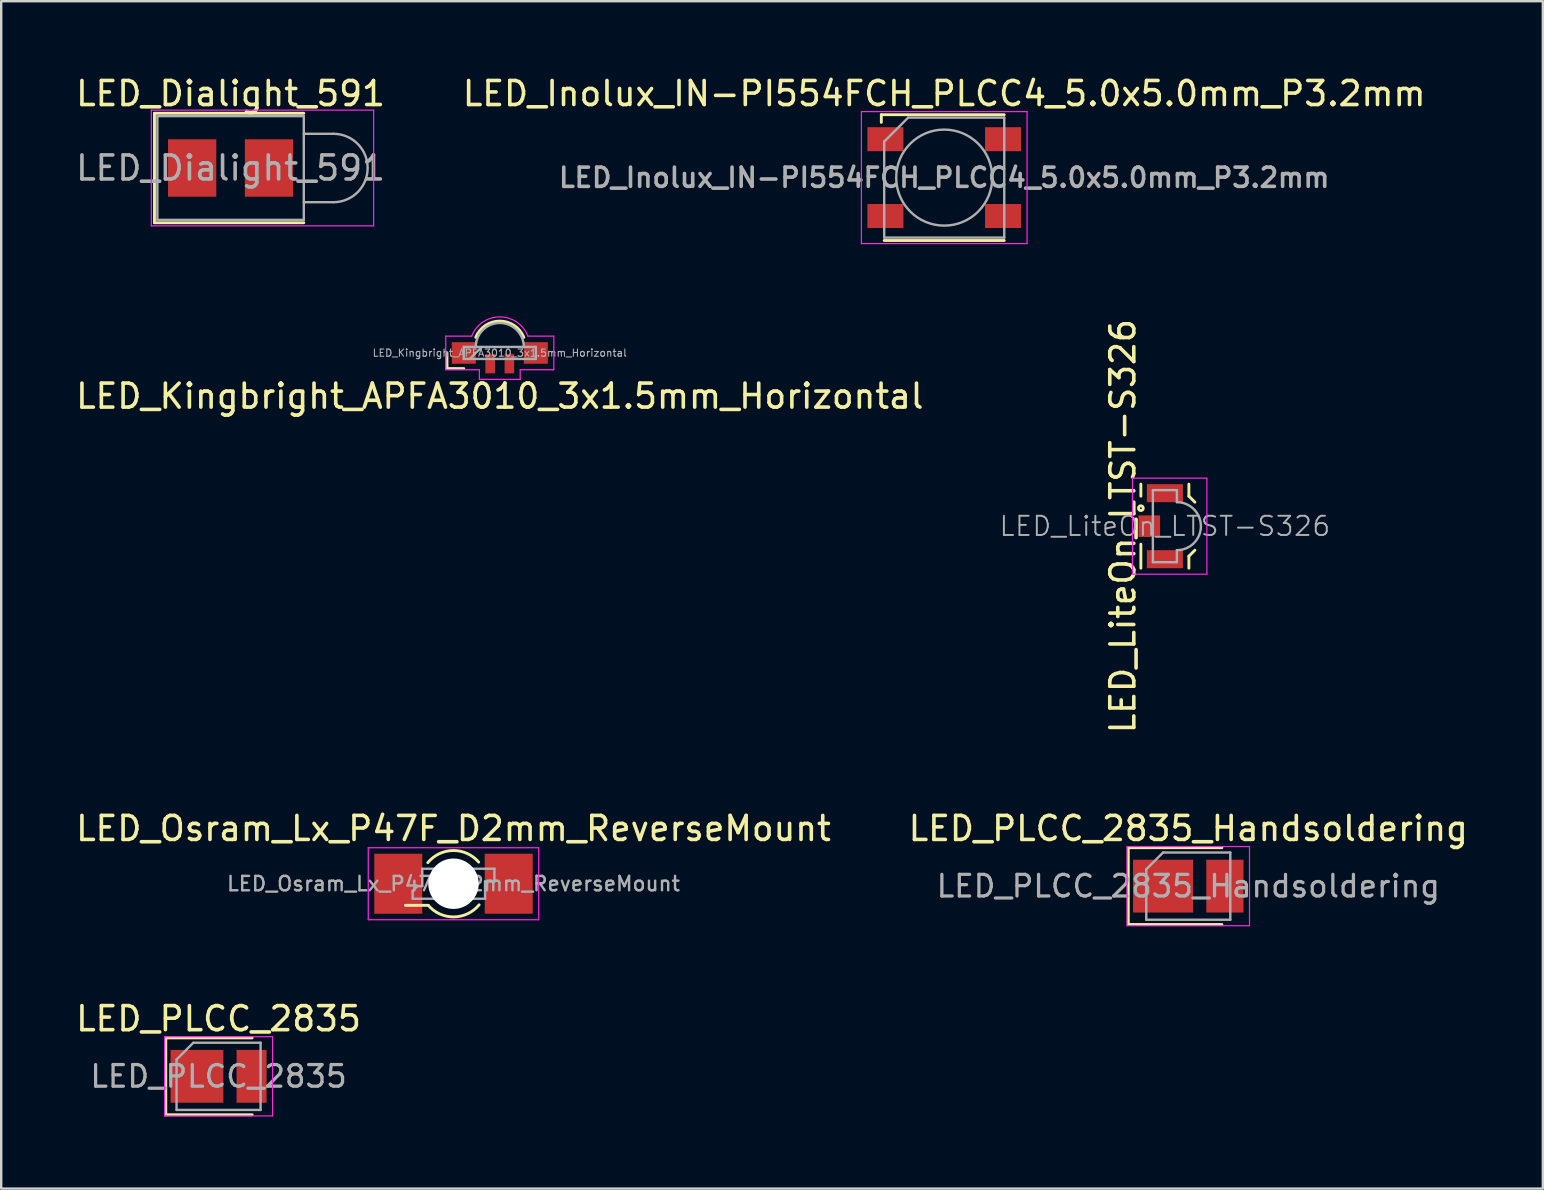
<source format=kicad_pcb>
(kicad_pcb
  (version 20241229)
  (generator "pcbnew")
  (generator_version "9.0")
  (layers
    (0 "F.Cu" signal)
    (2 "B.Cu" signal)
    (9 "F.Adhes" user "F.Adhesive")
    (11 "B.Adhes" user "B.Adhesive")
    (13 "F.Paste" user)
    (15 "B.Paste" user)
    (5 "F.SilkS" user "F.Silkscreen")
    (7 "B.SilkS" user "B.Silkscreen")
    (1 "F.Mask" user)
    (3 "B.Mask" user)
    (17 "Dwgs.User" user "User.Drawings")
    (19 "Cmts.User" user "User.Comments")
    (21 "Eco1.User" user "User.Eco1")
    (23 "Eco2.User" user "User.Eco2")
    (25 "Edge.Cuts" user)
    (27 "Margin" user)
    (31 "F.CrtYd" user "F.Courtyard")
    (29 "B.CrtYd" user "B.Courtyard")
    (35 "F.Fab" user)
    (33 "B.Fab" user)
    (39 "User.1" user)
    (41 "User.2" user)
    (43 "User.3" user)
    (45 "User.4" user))
  (footprint "LED_Kingbright_APFA3010_3x1.5mm_Horizontal"
    (layer "F.Cu")
    (at 17.768 11.652)
    (property "Reference" "LED_Kingbright_APFA3010_3x1.5mm_Horizontal" (at 0 1.8 0) (layer "F.SilkS") (effects (font (size 1 1) (thickness 0.15))))
    (attr smd)
    (fp_line (start -2.2 0) (end -2.2 0.65) (stroke (width 0.12) (type solid)) (layer "F.SilkS"))
    (fp_line (start -2.2 0.65) (end -1.5 0.65) (stroke (width 0.12) (type solid)) (layer "F.SilkS"))
    (fp_arc (start -1 -0.65) (mid 0 -1.327033) (end 1 -0.65) (stroke (width 0.12) (type solid)) (layer "F.SilkS"))
    (fp_line (start -2.25 -0.7) (end -1.17 -0.7) (stroke (width 0.05) (type solid)) (layer "F.CrtYd"))
    (fp_line (start -2.25 0.7) (end -2.25 -0.7) (stroke (width 0.05) (type solid)) (layer "F.CrtYd"))
    (fp_line (start -2.25 0.7) (end -0.85 0.7) (stroke (width 0.05) (type solid)) (layer "F.CrtYd"))
    (fp_line (start -0.85 0.7) (end -0.85 1.1) (stroke (width 0.05) (type solid)) (layer "F.CrtYd"))
    (fp_line (start -0.85 1.1) (end 0.85 1.1) (stroke (width 0.05) (type solid)) (layer "F.CrtYd"))
    (fp_line (start 0.85 0.7) (end 2.25 0.7) (stroke (width 0.05) (type solid)) (layer "F.CrtYd"))
    (fp_line (start 0.85 1.1) (end 0.85 0.7) (stroke (width 0.05) (type solid)) (layer "F.CrtYd"))
    (fp_line (start 2.25 -0.7) (end 1.17 -0.7) (stroke (width 0.05) (type solid)) (layer "F.CrtYd"))
    (fp_line (start 2.25 0.7) (end 2.25 -0.7) (stroke (width 0.05) (type solid)) (layer "F.CrtYd"))
    (fp_arc (start -1.17 -0.7) (mid 0 -1.503555) (end 1.17 -0.7) (stroke (width 0.05) (type solid)) (layer "F.CrtYd"))
    (fp_line (start -1.5 -0.25) (end -1.5 0.25) (stroke (width 0.1) (type solid)) (layer "F.Fab"))
    (fp_line (start -1.5 0.25) (end 1.5 0.25) (stroke (width 0.1) (type solid)) (layer "F.Fab"))
    (fp_line (start -0.75 -0.25) (end -1.25 0.25) (stroke (width 0.1) (type solid)) (layer "F.Fab"))
    (fp_line (start 1.5 -0.25) (end -1.5 -0.25) (stroke (width 0.1) (type solid)) (layer "F.Fab"))
    (fp_line (start 1.5 0.25) (end 1.5 -0.25) (stroke (width 0.1) (type solid)) (layer "F.Fab"))
    (fp_arc (start -1 -0.25) (mid 0 -1.25) (end 1 -0.25) (stroke (width 0.1) (type solid)) (layer "F.Fab"))
    (fp_text user "${REFERENCE}" (at 0 0 0) (layer "F.Fab") (effects (font (size 0.3 0.3) (thickness 0.045))))
    (pad "1" smd rect (at -1.5 0) (size 1 0.9) (layers "F.Cu" "F.Mask" "F.Paste"))
    (pad "2" smd rect (at 1.5 0) (size 1 0.9) (layers "F.Cu" "F.Mask" "F.Paste"))
    (pad "3" smd rect (at 0.4 0.45) (size 0.4 0.8) (layers "F.Cu" "F.Mask" "F.Paste"))
    (pad "4" smd rect (at -0.4 0.45) (size 0.4 0.8) (layers "F.Cu" "F.Mask" "F.Paste")))
  (footprint "LED_PLCC_2835"
    (layer "F.Cu")
    (at 6.054 41.783)
    (property "Reference" "LED_PLCC_2835" (at 0 -2.4 0) (layer "F.SilkS") (effects (font (size 1 1) (thickness 0.15))))
    (attr smd)
    (fp_line (start -2.2 -1.6) (end -2.2 1.6) (stroke (width 0.12) (type solid)) (layer "F.SilkS"))
    (fp_line (start 1.4 -1.6) (end -2.2 -1.6) (stroke (width 0.12) (type solid)) (layer "F.SilkS"))
    (fp_line (start 1.4 1.6) (end -2.2 1.6) (stroke (width 0.12) (type solid)) (layer "F.SilkS"))
    (fp_line (start -2.25 -1.65) (end 2.25 -1.65) (stroke (width 0.05) (type solid)) (layer "F.CrtYd"))
    (fp_line (start -2.25 1.65) (end -2.25 -1.65) (stroke (width 0.05) (type solid)) (layer "F.CrtYd"))
    (fp_line (start 2.25 -1.65) (end 2.25 1.65) (stroke (width 0.05) (type solid)) (layer "F.CrtYd"))
    (fp_line (start 2.25 1.65) (end -2.25 1.65) (stroke (width 0.05) (type solid)) (layer "F.CrtYd"))
    (fp_line (start -1.75 1.4) (end -1.75 -0.7) (stroke (width 0.1) (type solid)) (layer "F.Fab"))
    (fp_line (start -1.05 -1.4) (end -1.75 -0.7) (stroke (width 0.1) (type solid)) (layer "F.Fab"))
    (fp_line (start -1.05 -1.4) (end 1.75 -1.4) (stroke (width 0.1) (type solid)) (layer "F.Fab"))
    (fp_line (start 1.75 -1.4) (end 1.75 1.4) (stroke (width 0.1) (type solid)) (layer "F.Fab"))
    (fp_line (start 1.75 1.4) (end -1.75 1.4) (stroke (width 0.1) (type solid)) (layer "F.Fab"))
    (fp_text user "${REFERENCE}" (at 0 0 0) (layer "F.Fab") (effects (font (size 0.9 0.9) (thickness 0.135))))
    (pad "1" smd rect (at -0.9 0) (size 2.2 2.2) (layers "F.Cu" "F.Mask" "F.Paste"))
    (pad "2" smd rect (at 1.375 0) (size 1.25 2.2) (layers "F.Cu" "F.Mask" "F.Paste")))
  (footprint "LED_Osram_Lx_P47F_D2mm_ReverseMount"
    (layer "F.Cu")
    (at 15.839 33.76)
    (property "Reference" "LED_Osram_Lx_P47F_D2mm_ReverseMount" (at 0 -2.3 0) (layer "F.SilkS") (effects (font (size 1 1) (thickness 0.15))))
    (attr smd)
    (fp_line (start -2 0.9) (end -1.05 0.9) (stroke (width 0.12) (type solid)) (layer "F.SilkS"))
    (fp_arc (start -1.068658 -0.877765) (mid -0.014513 -1.382856) (end 1.05 -0.9) (stroke (width 0.12) (type solid)) (layer "F.SilkS"))
    (fp_arc (start 1.068658 0.877765) (mid 0.014513 1.382856) (end -1.05 0.9) (stroke (width 0.12) (type solid)) (layer "F.SilkS"))
    (fp_line (start -3.55 -1.5) (end 3.55 -1.5) (stroke (width 0.05) (type solid)) (layer "F.CrtYd"))
    (fp_line (start -3.55 1.5) (end -3.55 -1.5) (stroke (width 0.05) (type solid)) (layer "F.CrtYd"))
    (fp_line (start 3.55 -1.5) (end 3.55 1.5) (stroke (width 0.05) (type solid)) (layer "F.CrtYd"))
    (fp_line (start 3.55 1.5) (end -3.55 1.5) (stroke (width 0.05) (type solid)) (layer "F.CrtYd"))
    (fp_line (start -1.7 0.3) (end -1.7 0.625) (stroke (width 0.1) (type solid)) (layer "F.Fab"))
    (fp_line (start -1.7 0.3) (end -1.5 0.1) (stroke (width 0.1) (type solid)) (layer "F.Fab"))
    (fp_line (start -1.5 0.1) (end -1.3 0.1) (stroke (width 0.1) (type solid)) (layer "F.Fab"))
    (fp_line (start -1.3 -0.625) (end -0.715 -0.625) (stroke (width 0.1) (type solid)) (layer "F.Fab"))
    (fp_line (start -1.3 0.1) (end -1.3 -0.625) (stroke (width 0.1) (type solid)) (layer "F.Fab"))
    (fp_line (start -0.715 0.625) (end -1.7 0.625) (stroke (width 0.1) (type solid)) (layer "F.Fab"))
    (fp_line (start 0.715 -0.625) (end 1.705 -0.625) (stroke (width 0.1) (type solid)) (layer "F.Fab"))
    (fp_line (start 0.715 0.625) (end 1.315 0.625) (stroke (width 0.1) (type solid)) (layer "F.Fab"))
    (fp_line (start 1.315 -0.095) (end 1.315 0.625) (stroke (width 0.1) (type solid)) (layer "F.Fab"))
    (fp_line (start 1.705 -0.625) (end 1.705 -0.095) (stroke (width 0.1) (type solid)) (layer "F.Fab"))
    (fp_line (start 1.705 -0.095) (end 1.315 -0.095) (stroke (width 0.1) (type solid)) (layer "F.Fab"))
    (fp_arc (start -0.714073 -0.626059) (mid 0.000704 -0.949658) (end 0.715 -0.625) (stroke (width 0.1) (type solid)) (layer "F.Fab"))
    (fp_arc (start 0.714073 0.626059) (mid -0.000704 0.949658) (end -0.715 0.625) (stroke (width 0.1) (type solid)) (layer "F.Fab"))
    (fp_text user "${REFERENCE}" (at 0 0 0) (layer "F.Fab") (effects (font (size 0.6 0.6) (thickness 0.1))))
    (pad "" smd rect (at -1.55 0.375) (size 0.5 0.7) (layers "F.Mask" "F.Paste"))
    (pad "" np_thru_hole circle (at 0 0) (size 2.1 2.1) (drill 2.1) (layers "*.Cu" "*.Mask"))
    (pad "" smd rect (at 1.55 -0.375) (size 0.5 0.7) (layers "F.Mask" "F.Paste"))
    (pad "1" smd rect (at -2.3 0) (size 2 2.5) (layers "F.Cu"))
    (pad "2" smd rect (at 2.3 0) (size 2 2.5) (layers "F.Cu")))
  (footprint "LED_Inolux_IN-PI554FCH_PLCC4_5.0x5.0mm_P3.2mm"
    (layer "F.Cu")
    (at 36.28 4.348)
    (property "Reference" "LED_Inolux_IN-PI554FCH_PLCC4_5.0x5.0mm_P3.2mm" (at 0 -3.5 0) (layer "F.SilkS") (effects (font (size 1 1) (thickness 0.15))))
    (attr smd)
    (fp_line (start -2.62 -2.62) (end 2.5 -2.62) (stroke (width 0.12) (type solid)) (layer "F.SilkS"))
    (fp_line (start -2.62 -2.3) (end -2.62 -2.62) (stroke (width 0.12) (type solid)) (layer "F.SilkS"))
    (fp_line (start -2.5 2.62) (end 2.5 2.62) (stroke (width 0.12) (type solid)) (layer "F.SilkS"))
    (fp_line (start -3.45 -2.75) (end -3.45 2.75) (stroke (width 0.05) (type solid)) (layer "F.CrtYd"))
    (fp_line (start -3.45 2.75) (end 3.45 2.75) (stroke (width 0.05) (type solid)) (layer "F.CrtYd"))
    (fp_line (start 3.45 -2.75) (end -3.45 -2.75) (stroke (width 0.05) (type solid)) (layer "F.CrtYd"))
    (fp_line (start 3.45 2.75) (end 3.45 -2.75) (stroke (width 0.05) (type solid)) (layer "F.CrtYd"))
    (fp_line (start -2.5 -1.5) (end -2.5 2.5) (stroke (width 0.1) (type solid)) (layer "F.Fab"))
    (fp_line (start -2.5 2.5) (end 2.5 2.5) (stroke (width 0.1) (type solid)) (layer "F.Fab"))
    (fp_line (start -1.5 -2.5) (end -2.5 -1.5) (stroke (width 0.1) (type solid)) (layer "F.Fab"))
    (fp_line (start 2.5 -2.5) (end -1.5 -2.5) (stroke (width 0.1) (type solid)) (layer "F.Fab"))
    (fp_line (start 2.5 2.5) (end 2.5 -2.5) (stroke (width 0.1) (type solid)) (layer "F.Fab"))
    (fp_circle (center 0 0) (end 0 -2) (stroke (width 0.1) (type solid)) (fill no) (layer "F.Fab"))
    (fp_text user "${REFERENCE}" (at 0 0 0) (layer "F.Fab") (effects (font (size 0.8 0.8) (thickness 0.15))))
    (pad "1" smd rect (at -2.45 -1.6) (size 1.5 1) (layers "F.Cu" "F.Mask" "F.Paste"))
    (pad "2" smd rect (at -2.45 1.6) (size 1.5 1) (layers "F.Cu" "F.Mask" "F.Paste"))
    (pad "3" smd rect (at 2.45 1.6) (size 1.5 1) (layers "F.Cu" "F.Mask" "F.Paste"))
    (pad "4" smd rect (at 2.45 -1.6) (size 1.5 1) (layers "F.Cu" "F.Mask" "F.Paste")))
  (footprint "LED_LiteOn_LTST-S326"
    (layer "F.Cu")
    (at 45.471 18.867)
    (property "Reference" "LED_LiteOn_LTST-S326" (at -1.75 0 90) (layer "F.SilkS") (effects (font (size 1 1) (thickness 0.15))))
    (attr smd)
    (fp_line (start -1 -1.75) (end -1 -1.25) (stroke (width 0.12) (type solid)) (layer "F.SilkS"))
    (fp_line (start -1 1.75) (end -1 0.75) (stroke (width 0.12) (type solid)) (layer "F.SilkS"))
    (fp_line (start 1 -1.75) (end 1 -1.25) (stroke (width 0.12) (type solid)) (layer "F.SilkS"))
    (fp_line (start 1 -1.25) (end 1.25 -1) (stroke (width 0.12) (type solid)) (layer "F.SilkS"))
    (fp_line (start 1 1.25) (end 1 1.75) (stroke (width 0.12) (type solid)) (layer "F.SilkS"))
    (fp_line (start 1 1.25) (end 1.25 1) (stroke (width 0.12) (type solid)) (layer "F.SilkS"))
    (fp_circle (center -1 -0.75) (end -0.9 -0.75) (stroke (width 0.12) (type solid)) (fill no) (layer "F.SilkS"))
    (fp_line (start -1.35 -2) (end 1.75 -2) (stroke (width 0.05) (type solid)) (layer "F.CrtYd"))
    (fp_line (start -1.35 2) (end -1.35 -2) (stroke (width 0.05) (type solid)) (layer "F.CrtYd"))
    (fp_line (start 1.75 -2) (end 1.75 2) (stroke (width 0.05) (type solid)) (layer "F.CrtYd"))
    (fp_line (start 1.75 2) (end -1.35 2) (stroke (width 0.05) (type solid)) (layer "F.CrtYd"))
    (fp_line (start -0.5 -1.5) (end -0.5 1.5) (stroke (width 0.1) (type solid)) (layer "F.Fab"))
    (fp_line (start -0.5 -1.5) (end 0.5 -1.5) (stroke (width 0.1) (type solid)) (layer "F.Fab"))
    (fp_line (start 0.5 -1.5) (end 0.5 -1) (stroke (width 0.1) (type solid)) (layer "F.Fab"))
    (fp_line (start 0.5 1.5) (end -0.5 1.5) (stroke (width 0.1) (type solid)) (layer "F.Fab"))
    (fp_line (start 0.5 1.5) (end 0.5 1) (stroke (width 0.1) (type solid)) (layer "F.Fab"))
    (fp_arc (start 0.5 -1) (mid 1.5 0) (end 0.5 1) (stroke (width 0.1) (type solid)) (layer "F.Fab"))
    (fp_text user "${REFERENCE}" (at 0 0 0) (layer "F.Fab") (effects (font (size 0.8 0.8) (thickness 0.08))))
    (pad "1" smd rect (at 0 -1.375 180) (size 1.5 0.75) (layers "F.Cu" "F.Mask" "F.Paste"))
    (pad "2" smd rect (at -0.65 0 180) (size 0.9 0.9) (layers "F.Cu" "F.Mask" "F.Paste"))
    (pad "3" smd rect (at 0 1.375 180) (size 1.5 0.75) (layers "F.Cu" "F.Mask" "F.Paste")))
  (footprint "LED_PLCC_2835_Handsoldering"
    (layer "F.Cu")
    (at 46.446 33.86)
    (property "Reference" "LED_PLCC_2835_Handsoldering" (at 0 -2.4 0) (layer "F.SilkS") (effects (font (size 1 1) (thickness 0.15))))
    (attr smd)
    (fp_line (start -2.5 -1.6) (end -2.5 1.6) (stroke (width 0.12) (type solid)) (layer "F.SilkS"))
    (fp_line (start 1.4 -1.6) (end -2.5 -1.6) (stroke (width 0.12) (type solid)) (layer "F.SilkS"))
    (fp_line (start 1.4 1.6) (end -2.5 1.6) (stroke (width 0.12) (type solid)) (layer "F.SilkS"))
    (fp_line (start -2.55 -1.65) (end 2.55 -1.65) (stroke (width 0.05) (type solid)) (layer "F.CrtYd"))
    (fp_line (start -2.55 1.65) (end -2.55 -1.65) (stroke (width 0.05) (type solid)) (layer "F.CrtYd"))
    (fp_line (start 2.55 -1.65) (end 2.55 1.65) (stroke (width 0.05) (type solid)) (layer "F.CrtYd"))
    (fp_line (start 2.55 1.65) (end -2.55 1.65) (stroke (width 0.05) (type solid)) (layer "F.CrtYd"))
    (fp_line (start -1.75 1.4) (end -1.75 -0.7) (stroke (width 0.1) (type solid)) (layer "F.Fab"))
    (fp_line (start -1.05 -1.4) (end -1.75 -0.7) (stroke (width 0.1) (type solid)) (layer "F.Fab"))
    (fp_line (start -1.05 -1.4) (end 1.75 -1.4) (stroke (width 0.1) (type solid)) (layer "F.Fab"))
    (fp_line (start 1.75 -1.4) (end 1.75 1.4) (stroke (width 0.1) (type solid)) (layer "F.Fab"))
    (fp_line (start 1.75 1.4) (end -1.75 1.4) (stroke (width 0.1) (type solid)) (layer "F.Fab"))
    (fp_text user "${REFERENCE}" (at 0 0 0) (layer "F.Fab") (effects (font (size 0.9 0.9) (thickness 0.135))))
    (pad "1" smd rect (at -1.05 0) (size 2.5 2.2) (layers "F.Cu" "F.Mask" "F.Paste"))
    (pad "2" smd rect (at 1.525 0) (size 1.55 2.2) (layers "F.Cu" "F.Mask" "F.Paste")))
  (footprint "LED_Dialight_591"
    (layer "F.Cu")
    (at 6.554 3.948)
    (property "Reference" "LED_Dialight_591" (at 0 -3.1 0) (layer "F.SilkS") (effects (font (size 1 1) (thickness 0.15))))
    (attr smd)
    (fp_line (start -3.17 -2.28) (end -3.17 2.28) (stroke (width 0.12) (type solid)) (layer "F.SilkS"))
    (fp_line (start -3.17 -2.28) (end 3.05 -2.28) (stroke (width 0.12) (type solid)) (layer "F.SilkS"))
    (fp_line (start -3.17 2.28) (end 3.05 2.28) (stroke (width 0.12) (type solid)) (layer "F.SilkS"))
    (fp_line (start -3.3 -2.41) (end 5.96 -2.41) (stroke (width 0.05) (type solid)) (layer "F.CrtYd"))
    (fp_line (start -3.3 2.41) (end -3.3 -2.41) (stroke (width 0.05) (type solid)) (layer "F.CrtYd"))
    (fp_line (start -3.3 2.41) (end 5.96 2.41) (stroke (width 0.05) (type solid)) (layer "F.CrtYd"))
    (fp_line (start 5.96 -2.41) (end 5.96 2.41) (stroke (width 0.05) (type solid)) (layer "F.CrtYd"))
    (fp_line (start -3.05 -2.16) (end -3.05 2.16) (stroke (width 0.1) (type solid)) (layer "F.Fab"))
    (fp_line (start -3.05 -2.16) (end 3.05 -2.16) (stroke (width 0.1) (type solid)) (layer "F.Fab"))
    (fp_line (start -3.05 2.16) (end 3.05 2.16) (stroke (width 0.1) (type solid)) (layer "F.Fab"))
    (fp_line (start 3.05 -2.16) (end 3.05 2.16) (stroke (width 0.1) (type solid)) (layer "F.Fab"))
    (fp_line (start 3.05 -1.425) (end 4.285 -1.425) (stroke (width 0.1) (type solid)) (layer "F.Fab"))
    (fp_line (start 3.05 1.425) (end 4.285 1.425) (stroke (width 0.1) (type solid)) (layer "F.Fab"))
    (fp_arc (start 4.285 -1.425) (mid 5.71 0) (end 4.285 1.425) (stroke (width 0.1) (type solid)) (layer "F.Fab"))
    (fp_text user "${REFERENCE}" (at 0 0 0) (layer "F.Fab") (effects (font (size 1 1) (thickness 0.15))))
    (pad "1" smd rect (at -1.6 0) (size 2.01 2.39) (layers "F.Cu" "F.Mask" "F.Paste"))
    (pad "2" smd rect (at 1.6 0) (size 2.01 2.39) (layers "F.Cu" "F.Mask" "F.Paste")))
  (gr_rect
    (start -3 -3)
    (end 61.214 46.458)
    (stroke (width 0.1) (type default))
    (fill no)
    (layer "Edge.Cuts")))
</source>
